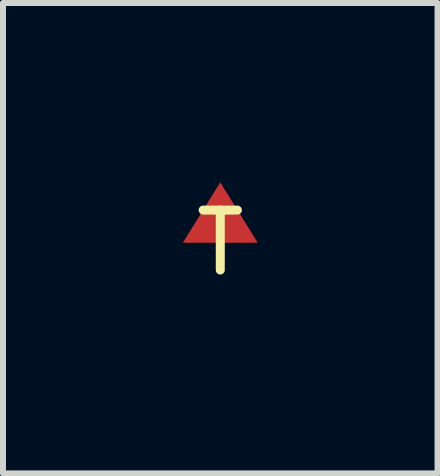
<source format=kicad_pcb>
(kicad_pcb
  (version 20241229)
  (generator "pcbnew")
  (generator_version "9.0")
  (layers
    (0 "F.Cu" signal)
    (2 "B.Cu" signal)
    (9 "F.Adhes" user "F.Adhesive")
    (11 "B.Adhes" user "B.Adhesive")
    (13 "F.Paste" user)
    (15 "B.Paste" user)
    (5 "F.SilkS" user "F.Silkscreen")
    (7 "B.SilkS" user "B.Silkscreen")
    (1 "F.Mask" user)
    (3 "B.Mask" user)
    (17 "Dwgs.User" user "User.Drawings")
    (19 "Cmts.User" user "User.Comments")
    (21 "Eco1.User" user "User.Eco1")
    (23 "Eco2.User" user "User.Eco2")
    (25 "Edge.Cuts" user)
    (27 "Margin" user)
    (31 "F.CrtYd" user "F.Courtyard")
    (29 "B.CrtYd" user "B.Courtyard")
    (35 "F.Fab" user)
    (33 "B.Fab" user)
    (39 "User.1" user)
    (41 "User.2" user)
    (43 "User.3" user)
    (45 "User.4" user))
  (footprint "T"
    (layer "F.Cu")
    (at 0.625 0.5)
    (property "Reference" "T" (at 0 0.5 0) (layer "F.SilkS") (effects (font (size 1 1) (thickness 0.15))))
    (attr smd)
    (pad "" smd trapezoid (at 0 0) (size 0.63 1) (rect_delta 0 0.62) (layers "F.Cu")))
  (gr_rect
    (start -3 -3)
    (end 4.25 4.848)
    (stroke (width 0.1) (type default))
    (fill no)
    (layer "Edge.Cuts")))
</source>
